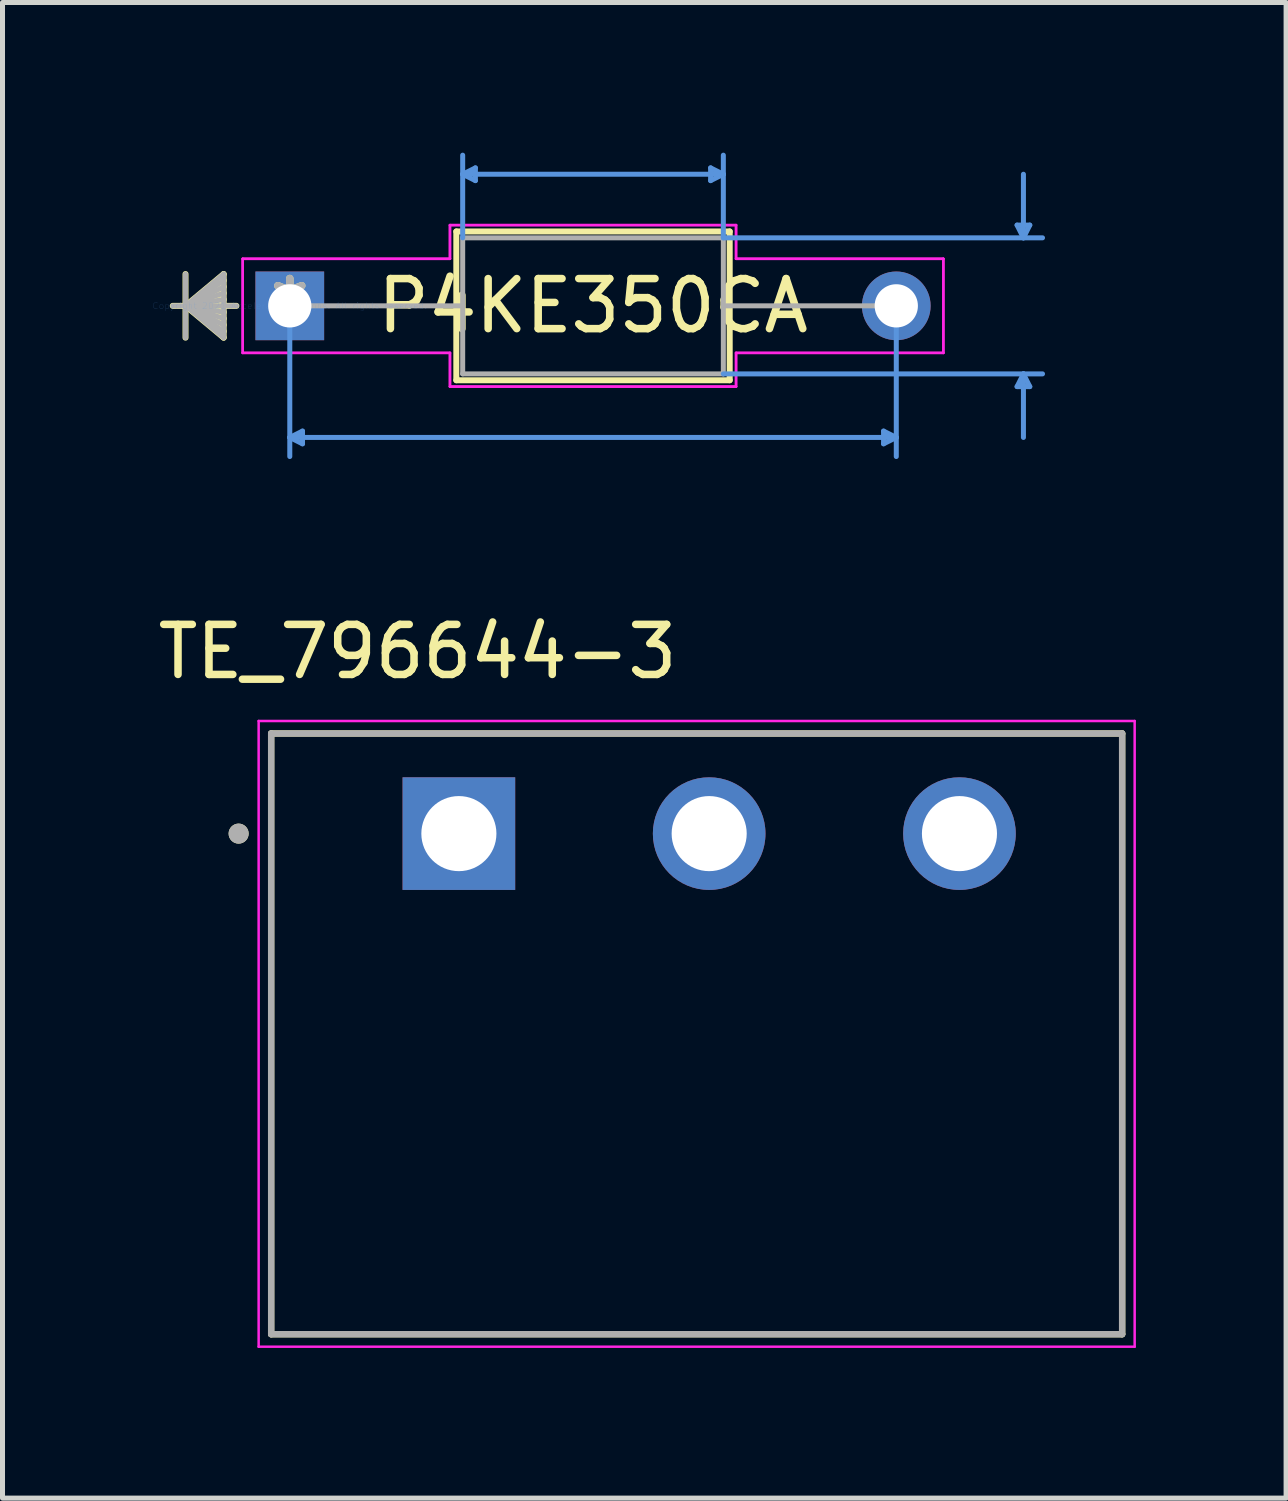
<source format=kicad_pcb>
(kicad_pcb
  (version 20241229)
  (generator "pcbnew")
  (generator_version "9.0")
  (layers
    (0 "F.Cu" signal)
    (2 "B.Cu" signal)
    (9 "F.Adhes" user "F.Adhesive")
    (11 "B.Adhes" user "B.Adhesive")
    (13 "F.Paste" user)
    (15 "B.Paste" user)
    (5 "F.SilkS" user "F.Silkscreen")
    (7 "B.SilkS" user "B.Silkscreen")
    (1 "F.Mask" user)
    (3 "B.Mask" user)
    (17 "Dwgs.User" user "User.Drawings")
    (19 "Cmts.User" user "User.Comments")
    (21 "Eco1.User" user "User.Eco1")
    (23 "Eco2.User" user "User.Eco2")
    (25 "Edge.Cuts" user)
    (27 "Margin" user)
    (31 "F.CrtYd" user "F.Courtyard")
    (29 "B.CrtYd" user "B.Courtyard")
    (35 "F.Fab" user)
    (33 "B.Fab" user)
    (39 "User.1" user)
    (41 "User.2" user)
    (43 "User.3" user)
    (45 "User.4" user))
  (footprint "P4KE350CA"
    (layer "F.Cu")
    (at 2.739 3.06)
    (property "Reference" "P4KE350CA" (at 6.058 0 0) (layer "F.SilkS") (effects (font (size 1 1) (thickness 0.15))))
    (attr through_hole)
    (fp_line (start -2.083 -0.635) (end -2.083 0.635) (stroke (width 0.12) (type solid)) (layer "F.SilkS"))
    (fp_line (start -2.083 0) (end -1.321 -0.635) (stroke (width 0.12) (type solid)) (layer "F.SilkS"))
    (fp_line (start -2.083 0) (end -1.321 -0.508) (stroke (width 0.12) (type solid)) (layer "F.SilkS"))
    (fp_line (start -2.083 0) (end -1.321 -0.381) (stroke (width 0.12) (type solid)) (layer "F.SilkS"))
    (fp_line (start -2.083 0) (end -1.321 -0.254) (stroke (width 0.12) (type solid)) (layer "F.SilkS"))
    (fp_line (start -2.083 0) (end -1.321 -0.127) (stroke (width 0.12) (type solid)) (layer "F.SilkS"))
    (fp_line (start -2.083 0) (end -1.321 0.127) (stroke (width 0.12) (type solid)) (layer "F.SilkS"))
    (fp_line (start -2.083 0) (end -1.321 0.254) (stroke (width 0.12) (type solid)) (layer "F.SilkS"))
    (fp_line (start -2.083 0) (end -1.321 0.381) (stroke (width 0.12) (type solid)) (layer "F.SilkS"))
    (fp_line (start -2.083 0) (end -1.321 0.508) (stroke (width 0.12) (type solid)) (layer "F.SilkS"))
    (fp_line (start -2.083 0) (end -1.321 0.635) (stroke (width 0.12) (type solid)) (layer "F.SilkS"))
    (fp_line (start -1.321 -0.635) (end -1.321 0.635) (stroke (width 0.12) (type solid)) (layer "F.SilkS"))
    (fp_line (start -1.067 0) (end -2.337 0) (stroke (width 0.12) (type solid)) (layer "F.SilkS"))
    (fp_line (start 3.327 -1.486) (end 3.327 1.486) (stroke (width 0.12) (type solid)) (layer "F.SilkS"))
    (fp_line (start 3.327 1.486) (end 8.788 1.486) (stroke (width 0.12) (type solid)) (layer "F.SilkS"))
    (fp_line (start 8.788 -1.486) (end 3.327 -1.486) (stroke (width 0.12) (type solid)) (layer "F.SilkS"))
    (fp_line (start 8.788 1.486) (end 8.788 -1.486) (stroke (width 0.12) (type solid)) (layer "F.SilkS"))
    (fp_line (start 0 0) (end 0 3.01) (stroke (width 0.1) (type solid)) (layer "Cmts.User"))
    (fp_line (start 0 2.629) (end 0.254 2.502) (stroke (width 0.1) (type solid)) (layer "Cmts.User"))
    (fp_line (start 0 2.629) (end 0.254 2.756) (stroke (width 0.1) (type solid)) (layer "Cmts.User"))
    (fp_line (start 0 2.629) (end 12.116 2.629) (stroke (width 0.1) (type solid)) (layer "Cmts.User"))
    (fp_line (start 0.254 2.502) (end 0.254 2.756) (stroke (width 0.1) (type solid)) (layer "Cmts.User"))
    (fp_line (start 3.454 -2.629) (end 3.708 -2.756) (stroke (width 0.1) (type solid)) (layer "Cmts.User"))
    (fp_line (start 3.454 -2.629) (end 3.708 -2.502) (stroke (width 0.1) (type solid)) (layer "Cmts.User"))
    (fp_line (start 3.454 -2.629) (end 8.661 -2.629) (stroke (width 0.1) (type solid)) (layer "Cmts.User"))
    (fp_line (start 3.454 -1.359) (end 3.454 -3.01) (stroke (width 0.1) (type solid)) (layer "Cmts.User"))
    (fp_line (start 3.708 -2.756) (end 3.708 -2.502) (stroke (width 0.1) (type solid)) (layer "Cmts.User"))
    (fp_line (start 8.407 -2.756) (end 8.407 -2.502) (stroke (width 0.1) (type solid)) (layer "Cmts.User"))
    (fp_line (start 8.661 -2.629) (end 8.407 -2.756) (stroke (width 0.1) (type solid)) (layer "Cmts.User"))
    (fp_line (start 8.661 -2.629) (end 8.407 -2.502) (stroke (width 0.1) (type solid)) (layer "Cmts.User"))
    (fp_line (start 8.661 -1.359) (end 8.661 -3.01) (stroke (width 0.1) (type solid)) (layer "Cmts.User"))
    (fp_line (start 8.661 -1.359) (end 15.037 -1.359) (stroke (width 0.1) (type solid)) (layer "Cmts.User"))
    (fp_line (start 8.661 1.359) (end 15.037 1.359) (stroke (width 0.1) (type solid)) (layer "Cmts.User"))
    (fp_line (start 11.862 2.502) (end 11.862 2.756) (stroke (width 0.1) (type solid)) (layer "Cmts.User"))
    (fp_line (start 12.116 0) (end 12.116 3.01) (stroke (width 0.1) (type solid)) (layer "Cmts.User"))
    (fp_line (start 12.116 2.629) (end 11.862 2.502) (stroke (width 0.1) (type solid)) (layer "Cmts.User"))
    (fp_line (start 12.116 2.629) (end 11.862 2.756) (stroke (width 0.1) (type solid)) (layer "Cmts.User"))
    (fp_line (start 14.529 -1.613) (end 14.783 -1.613) (stroke (width 0.1) (type solid)) (layer "Cmts.User"))
    (fp_line (start 14.529 1.613) (end 14.783 1.613) (stroke (width 0.1) (type solid)) (layer "Cmts.User"))
    (fp_line (start 14.656 -1.359) (end 14.529 -1.613) (stroke (width 0.1) (type solid)) (layer "Cmts.User"))
    (fp_line (start 14.656 -1.359) (end 14.656 -2.629) (stroke (width 0.1) (type solid)) (layer "Cmts.User"))
    (fp_line (start 14.656 -1.359) (end 14.783 -1.613) (stroke (width 0.1) (type solid)) (layer "Cmts.User"))
    (fp_line (start 14.656 1.359) (end 14.529 1.613) (stroke (width 0.1) (type solid)) (layer "Cmts.User"))
    (fp_line (start 14.656 1.359) (end 14.656 2.629) (stroke (width 0.1) (type solid)) (layer "Cmts.User"))
    (fp_line (start 14.656 1.359) (end 14.783 1.613) (stroke (width 0.1) (type solid)) (layer "Cmts.User"))
    (fp_line (start -0.94 -0.94) (end 3.2 -0.94) (stroke (width 0.05) (type solid)) (layer "F.CrtYd"))
    (fp_line (start -0.94 -0.94) (end 3.2 -0.94) (stroke (width 0.05) (type solid)) (layer "F.CrtYd"))
    (fp_line (start -0.94 0.94) (end -0.94 -0.94) (stroke (width 0.05) (type solid)) (layer "F.CrtYd"))
    (fp_line (start -0.94 0.94) (end -0.94 -0.94) (stroke (width 0.05) (type solid)) (layer "F.CrtYd"))
    (fp_line (start 3.2 -1.613) (end 8.915 -1.613) (stroke (width 0.05) (type solid)) (layer "F.CrtYd"))
    (fp_line (start 3.2 -1.613) (end 8.915 -1.613) (stroke (width 0.05) (type solid)) (layer "F.CrtYd"))
    (fp_line (start 3.2 -0.94) (end 3.2 -1.613) (stroke (width 0.05) (type solid)) (layer "F.CrtYd"))
    (fp_line (start 3.2 -0.94) (end 3.2 -1.613) (stroke (width 0.05) (type solid)) (layer "F.CrtYd"))
    (fp_line (start 3.2 0.94) (end -0.94 0.94) (stroke (width 0.05) (type solid)) (layer "F.CrtYd"))
    (fp_line (start 3.2 0.94) (end -0.94 0.94) (stroke (width 0.05) (type solid)) (layer "F.CrtYd"))
    (fp_line (start 3.2 1.613) (end 3.2 0.94) (stroke (width 0.05) (type solid)) (layer "F.CrtYd"))
    (fp_line (start 3.2 1.613) (end 3.2 0.94) (stroke (width 0.05) (type solid)) (layer "F.CrtYd"))
    (fp_line (start 8.915 -1.613) (end 8.915 -0.94) (stroke (width 0.05) (type solid)) (layer "F.CrtYd"))
    (fp_line (start 8.915 -1.613) (end 8.915 -0.94) (stroke (width 0.05) (type solid)) (layer "F.CrtYd"))
    (fp_line (start 8.915 -0.94) (end 13.056 -0.94) (stroke (width 0.05) (type solid)) (layer "F.CrtYd"))
    (fp_line (start 8.915 -0.94) (end 13.056 -0.94) (stroke (width 0.05) (type solid)) (layer "F.CrtYd"))
    (fp_line (start 8.915 0.94) (end 8.915 1.613) (stroke (width 0.05) (type solid)) (layer "F.CrtYd"))
    (fp_line (start 8.915 0.94) (end 8.915 1.613) (stroke (width 0.05) (type solid)) (layer "F.CrtYd"))
    (fp_line (start 8.915 1.613) (end 3.2 1.613) (stroke (width 0.05) (type solid)) (layer "F.CrtYd"))
    (fp_line (start 8.915 1.613) (end 3.2 1.613) (stroke (width 0.05) (type solid)) (layer "F.CrtYd"))
    (fp_line (start 13.056 -0.94) (end 13.056 0.94) (stroke (width 0.05) (type solid)) (layer "F.CrtYd"))
    (fp_line (start 13.056 -0.94) (end 13.056 0.94) (stroke (width 0.05) (type solid)) (layer "F.CrtYd"))
    (fp_line (start 13.056 0.94) (end 8.915 0.94) (stroke (width 0.05) (type solid)) (layer "F.CrtYd"))
    (fp_line (start 13.056 0.94) (end 8.915 0.94) (stroke (width 0.05) (type solid)) (layer "F.CrtYd"))
    (fp_line (start -2.083 -0.635) (end -2.083 0.635) (stroke (width 0.1) (type solid)) (layer "F.Fab"))
    (fp_line (start -2.083 0) (end -1.321 -0.635) (stroke (width 0.1) (type solid)) (layer "F.Fab"))
    (fp_line (start -2.083 0) (end -1.321 -0.508) (stroke (width 0.1) (type solid)) (layer "F.Fab"))
    (fp_line (start -2.083 0) (end -1.321 -0.381) (stroke (width 0.1) (type solid)) (layer "F.Fab"))
    (fp_line (start -2.083 0) (end -1.321 -0.254) (stroke (width 0.1) (type solid)) (layer "F.Fab"))
    (fp_line (start -2.083 0) (end -1.321 -0.127) (stroke (width 0.1) (type solid)) (layer "F.Fab"))
    (fp_line (start -2.083 0) (end -1.321 0.127) (stroke (width 0.1) (type solid)) (layer "F.Fab"))
    (fp_line (start -2.083 0) (end -1.321 0.254) (stroke (width 0.1) (type solid)) (layer "F.Fab"))
    (fp_line (start -2.083 0) (end -1.321 0.381) (stroke (width 0.1) (type solid)) (layer "F.Fab"))
    (fp_line (start -2.083 0) (end -1.321 0.508) (stroke (width 0.1) (type solid)) (layer "F.Fab"))
    (fp_line (start -2.083 0) (end -1.321 0.635) (stroke (width 0.1) (type solid)) (layer "F.Fab"))
    (fp_line (start -1.321 -0.635) (end -1.321 0.635) (stroke (width 0.1) (type solid)) (layer "F.Fab"))
    (fp_line (start -1.067 0) (end -2.337 0) (stroke (width 0.1) (type solid)) (layer "F.Fab"))
    (fp_line (start 0 0) (end 3.454 0) (stroke (width 0.1) (type solid)) (layer "F.Fab"))
    (fp_line (start 3.454 -1.359) (end 3.454 1.359) (stroke (width 0.1) (type solid)) (layer "F.Fab"))
    (fp_line (start 3.454 1.359) (end 8.661 1.359) (stroke (width 0.1) (type solid)) (layer "F.Fab"))
    (fp_line (start 8.661 -1.359) (end 3.454 -1.359) (stroke (width 0.1) (type solid)) (layer "F.Fab"))
    (fp_line (start 8.661 1.359) (end 8.661 -1.359) (stroke (width 0.1) (type solid)) (layer "F.Fab"))
    (fp_line (start 12.116 0) (end 8.661 0) (stroke (width 0.1) (type solid)) (layer "F.Fab"))
    (fp_text user "*" (at 0 0 0) (layer "F.SilkS") (effects (font (size 1 1) (thickness 0.15))))
    (fp_text user "Copyright 2021 Accelerated Designs. All rights reserved." (at 0 0 0) (layer "Cmts.User") (effects (font (size 0.127 0.127) (thickness 0.002))))
    (fp_text user "*" (at 0 0 0) (layer "F.Fab") (effects (font (size 1 1) (thickness 0.15))))
    (pad "1" thru_hole rect (at 0 0) (size 1.372 1.372) (drill 0.864) (layers "*.Cu" "*.Mask"))
    (pad "2" thru_hole circle (at 12.116 0) (size 1.372 1.372) (drill 0.864) (layers "*.Cu" "*.Mask")))
  (footprint "TE_796644-3"
    (layer "F.Cu")
    (at 10.867 17.603)
    (property "Reference" "TE_796644-3" (at -5.575 -7.635 0) (layer "F.SilkS") (effects (font (size 1 1) (thickness 0.15))))
    (attr through_hole)
    (fp_line (start -8.5 6) (end -8.5 -6) (stroke (width 0.127) (type solid)) (layer "F.SilkS"))
    (fp_line (start 8.5 -6) (end -8.5 -6) (stroke (width 0.127) (type solid)) (layer "F.SilkS"))
    (fp_line (start 8.5 -6) (end 8.5 6) (stroke (width 0.127) (type solid)) (layer "F.SilkS"))
    (fp_line (start 8.5 6) (end -8.5 6) (stroke (width 0.127) (type solid)) (layer "F.SilkS"))
    (fp_circle (center -9.15 -4) (end -9.05 -4) (stroke (width 0.2) (type solid)) (fill no) (layer "F.SilkS"))
    (fp_line (start -8.75 -6.25) (end 8.75 -6.25) (stroke (width 0.05) (type solid)) (layer "F.CrtYd"))
    (fp_line (start -8.75 6.25) (end -8.75 -6.25) (stroke (width 0.05) (type solid)) (layer "F.CrtYd"))
    (fp_line (start 8.75 -6.25) (end 8.75 6.25) (stroke (width 0.05) (type solid)) (layer "F.CrtYd"))
    (fp_line (start 8.75 6.25) (end -8.75 6.25) (stroke (width 0.05) (type solid)) (layer "F.CrtYd"))
    (fp_line (start -8.5 -6) (end 8.5 -6) (stroke (width 0.127) (type solid)) (layer "F.Fab"))
    (fp_line (start -8.5 6) (end -8.5 -6) (stroke (width 0.127) (type solid)) (layer "F.Fab"))
    (fp_line (start 8.5 -6) (end 8.5 6) (stroke (width 0.127) (type solid)) (layer "F.Fab"))
    (fp_line (start 8.5 6) (end -8.5 6) (stroke (width 0.127) (type solid)) (layer "F.Fab"))
    (fp_circle (center -9.15 -4) (end -9.05 -4) (stroke (width 0.2) (type solid)) (fill no) (layer "F.Fab"))
    (pad "1" thru_hole rect (at -4.75 -4) (size 2.25 2.25) (drill 1.5) (layers "*.Cu" "*.Mask"))
    (pad "2" thru_hole circle (at 0.25 -4) (size 2.25 2.25) (drill 1.5) (layers "*.Cu" "*.Mask"))
    (pad "3" thru_hole circle (at 5.25 -4) (size 2.25 2.25) (drill 1.5) (layers "*.Cu" "*.Mask")))
  (gr_rect
    (start -3 -3)
    (end 22.642 26.878)
    (stroke (width 0.1) (type default))
    (fill no)
    (layer "Edge.Cuts")))
</source>
